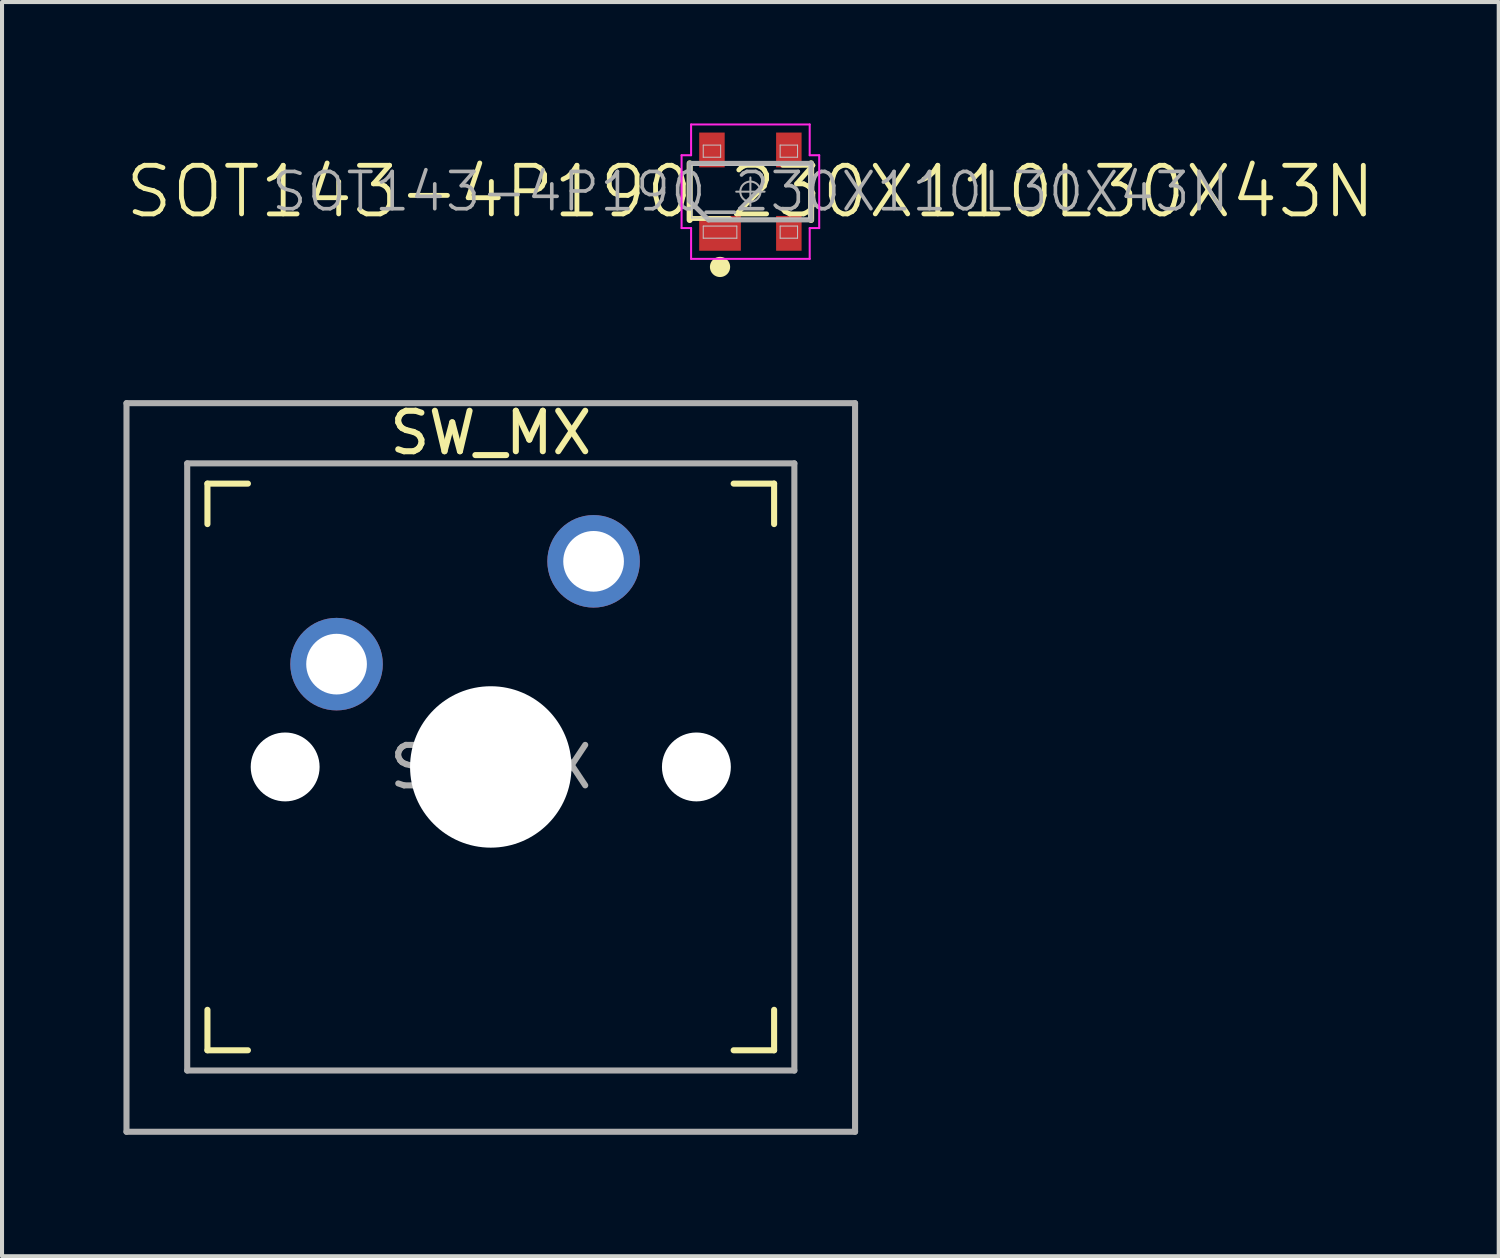
<source format=kicad_pcb>
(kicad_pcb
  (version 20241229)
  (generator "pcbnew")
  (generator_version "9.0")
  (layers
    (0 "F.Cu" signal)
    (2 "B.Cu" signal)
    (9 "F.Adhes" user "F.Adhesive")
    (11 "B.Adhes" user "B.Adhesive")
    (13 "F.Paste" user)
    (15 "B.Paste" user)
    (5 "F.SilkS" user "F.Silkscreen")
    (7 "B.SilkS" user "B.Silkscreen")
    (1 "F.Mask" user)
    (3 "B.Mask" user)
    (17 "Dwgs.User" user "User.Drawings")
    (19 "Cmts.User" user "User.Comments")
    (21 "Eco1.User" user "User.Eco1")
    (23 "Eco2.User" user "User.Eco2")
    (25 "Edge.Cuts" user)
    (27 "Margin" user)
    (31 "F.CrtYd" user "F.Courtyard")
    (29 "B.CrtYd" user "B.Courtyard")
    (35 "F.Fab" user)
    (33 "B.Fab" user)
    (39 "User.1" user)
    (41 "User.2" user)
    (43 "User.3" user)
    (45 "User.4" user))
  (footprint "SW_MX"
    (layer "F.Cu")
    (at 9.075 15.898)
    (property "Reference" "SW_MX" (at 0 -8.255 0) (layer "F.SilkS") (effects (font (size 1 1) (thickness 0.15))))
    (attr through_hole)
    (fp_line (start -7 -6) (end -7 -7) (stroke (width 0.15) (type solid)) (layer "F.SilkS"))
    (fp_line (start -7 7) (end -7 6) (stroke (width 0.15) (type solid)) (layer "F.SilkS"))
    (fp_line (start -7 7) (end -6 7) (stroke (width 0.15) (type solid)) (layer "F.SilkS"))
    (fp_line (start -6 -7) (end -7 -7) (stroke (width 0.15) (type solid)) (layer "F.SilkS"))
    (fp_line (start 6 7) (end 7 7) (stroke (width 0.15) (type solid)) (layer "F.SilkS"))
    (fp_line (start 7 -7) (end 6 -7) (stroke (width 0.15) (type solid)) (layer "F.SilkS"))
    (fp_line (start 7 -7) (end 7 -6) (stroke (width 0.15) (type solid)) (layer "F.SilkS"))
    (fp_line (start 7 6) (end 7 7) (stroke (width 0.15) (type solid)) (layer "F.SilkS"))
    (fp_line (start -6.9 6.9) (end -6.9 -6.9) (stroke (width 0.15) (type solid)) (layer "Eco2.User"))
    (fp_line (start -6.9 6.9) (end 6.9 6.9) (stroke (width 0.15) (type solid)) (layer "Eco2.User"))
    (fp_line (start 6.9 -6.9) (end -6.9 -6.9) (stroke (width 0.15) (type solid)) (layer "Eco2.User"))
    (fp_line (start 6.9 -6.9) (end 6.9 6.9) (stroke (width 0.15) (type solid)) (layer "Eco2.User"))
    (fp_line (start -9 -8.987) (end 9 -8.987) (stroke (width 0.15) (type solid)) (layer "F.Fab"))
    (fp_line (start -9 9.013) (end -9 -8.987) (stroke (width 0.15) (type solid)) (layer "F.Fab"))
    (fp_line (start -7.5 -7.5) (end 7.5 -7.5) (stroke (width 0.15) (type solid)) (layer "F.Fab"))
    (fp_line (start -7.5 7.5) (end -7.5 -7.5) (stroke (width 0.15) (type solid)) (layer "F.Fab"))
    (fp_line (start 7.5 -7.5) (end 7.5 7.5) (stroke (width 0.15) (type solid)) (layer "F.Fab"))
    (fp_line (start 7.5 7.5) (end -7.5 7.5) (stroke (width 0.15) (type solid)) (layer "F.Fab"))
    (fp_line (start 9 -8.987) (end 9 9.013) (stroke (width 0.15) (type solid)) (layer "F.Fab"))
    (fp_line (start 9 9.013) (end -9 9.013) (stroke (width 0.15) (type solid)) (layer "F.Fab"))
    (fp_text user "${REFERENCE}" (at 0 0 0) (layer "F.Fab") (effects (font (size 1 1) (thickness 0.15))))
    (pad "" np_thru_hole circle (at -5.08 0) (size 1.702 1.702) (drill 1.702) (layers "*.Cu" "*.Mask"))
    (pad "" np_thru_hole circle (at 0 0) (size 3.988 3.988) (drill 3.988) (layers "*.Cu" "*.Mask"))
    (pad "" np_thru_hole circle (at 5.08 0) (size 1.702 1.702) (drill 1.702) (layers "*.Cu" "*.Mask"))
    (pad "1" thru_hole circle (at 2.54 -5.08) (size 2.286 2.286) (drill 1.499) (layers "*.Cu" "*.Mask"))
    (pad "2" thru_hole circle (at -3.81 -2.54) (size 2.286 2.286) (drill 1.499) (layers "*.Cu" "*.Mask")))
  (footprint "SOT143-4P190_230X110L30X43N"
    (layer "F.Cu")
    (at 15.489 1.685)
    (property "Reference" "SOT143-4P190_230X110L30X43N" (at 0 0 0) (layer "F.SilkS") (effects (font (size 1.2 1.2) (thickness 0.12))))
    (attr smd)
    (fp_line (start -1.5 0.7) (end -1.5 -0.7) (stroke (width 0.15) (type solid)) (layer "F.SilkS"))
    (fp_line (start 1.5 0.7) (end 1.5 -0.7) (stroke (width 0.15) (type solid)) (layer "F.SilkS"))
    (fp_circle (center -0.75 1.86) (end -0.75 1.985) (stroke (width 0.25) (type solid)) (fill no) (layer "F.SilkS"))
    (fp_line (start -1.45 -0.65) (end 1.45 -0.65) (stroke (width 0.025) (type solid)) (layer "Dwgs.User"))
    (fp_line (start -1.45 0.65) (end -1.45 -0.65) (stroke (width 0.025) (type solid)) (layer "Dwgs.User"))
    (fp_line (start -1.165 -1.15) (end -0.735 -1.15) (stroke (width 0.025) (type solid)) (layer "Dwgs.User"))
    (fp_line (start -1.165 -0.85) (end -1.165 -1.15) (stroke (width 0.025) (type solid)) (layer "Dwgs.User"))
    (fp_line (start -1.165 0.85) (end -0.335 0.85) (stroke (width 0.025) (type solid)) (layer "Dwgs.User"))
    (fp_line (start -1.165 1.15) (end -1.165 0.85) (stroke (width 0.025) (type solid)) (layer "Dwgs.User"))
    (fp_line (start -0.735 -1.15) (end -0.735 -0.85) (stroke (width 0.025) (type solid)) (layer "Dwgs.User"))
    (fp_line (start -0.735 -0.85) (end -1.165 -0.85) (stroke (width 0.025) (type solid)) (layer "Dwgs.User"))
    (fp_line (start -0.335 0.85) (end -0.335 1.15) (stroke (width 0.025) (type solid)) (layer "Dwgs.User"))
    (fp_line (start -0.335 1.15) (end -1.165 1.15) (stroke (width 0.025) (type solid)) (layer "Dwgs.User"))
    (fp_line (start 0.735 -1.15) (end 1.165 -1.15) (stroke (width 0.025) (type solid)) (layer "Dwgs.User"))
    (fp_line (start 0.735 -0.85) (end 0.735 -1.15) (stroke (width 0.025) (type solid)) (layer "Dwgs.User"))
    (fp_line (start 0.735 0.85) (end 1.165 0.85) (stroke (width 0.025) (type solid)) (layer "Dwgs.User"))
    (fp_line (start 0.735 1.15) (end 0.735 0.85) (stroke (width 0.025) (type solid)) (layer "Dwgs.User"))
    (fp_line (start 1.165 -1.15) (end 1.165 -0.85) (stroke (width 0.025) (type solid)) (layer "Dwgs.User"))
    (fp_line (start 1.165 -0.85) (end 0.735 -0.85) (stroke (width 0.025) (type solid)) (layer "Dwgs.User"))
    (fp_line (start 1.165 0.85) (end 1.165 1.15) (stroke (width 0.025) (type solid)) (layer "Dwgs.User"))
    (fp_line (start 1.165 1.15) (end 0.735 1.15) (stroke (width 0.025) (type solid)) (layer "Dwgs.User"))
    (fp_line (start 1.45 -0.65) (end 1.45 0.65) (stroke (width 0.025) (type solid)) (layer "Dwgs.User"))
    (fp_line (start 1.45 0.65) (end -1.45 0.65) (stroke (width 0.025) (type solid)) (layer "Dwgs.User"))
    (fp_line (start -1.7 -0.9) (end -1.7 0.9) (stroke (width 0.05) (type solid)) (layer "F.CrtYd"))
    (fp_line (start -1.7 0.9) (end -1.465 0.9) (stroke (width 0.05) (type solid)) (layer "F.CrtYd"))
    (fp_line (start -1.465 -1.66) (end -1.465 -0.9) (stroke (width 0.05) (type solid)) (layer "F.CrtYd"))
    (fp_line (start -1.465 -0.9) (end -1.7 -0.9) (stroke (width 0.05) (type solid)) (layer "F.CrtYd"))
    (fp_line (start -1.465 0.9) (end -1.465 1.66) (stroke (width 0.05) (type solid)) (layer "F.CrtYd"))
    (fp_line (start -1.465 1.66) (end 1.465 1.66) (stroke (width 0.05) (type solid)) (layer "F.CrtYd"))
    (fp_line (start 1.465 -1.66) (end -1.465 -1.66) (stroke (width 0.05) (type solid)) (layer "F.CrtYd"))
    (fp_line (start 1.465 -0.9) (end 1.465 -1.66) (stroke (width 0.05) (type solid)) (layer "F.CrtYd"))
    (fp_line (start 1.465 0.9) (end 1.7 0.9) (stroke (width 0.05) (type solid)) (layer "F.CrtYd"))
    (fp_line (start 1.465 1.66) (end 1.465 0.9) (stroke (width 0.05) (type solid)) (layer "F.CrtYd"))
    (fp_line (start 1.7 -0.9) (end 1.465 -0.9) (stroke (width 0.05) (type solid)) (layer "F.CrtYd"))
    (fp_line (start 1.7 0.9) (end 1.7 -0.9) (stroke (width 0.05) (type solid)) (layer "F.CrtYd"))
    (fp_line (start -1.5 -0.7) (end 1.5 -0.7) (stroke (width 0.12) (type solid)) (layer "F.Fab"))
    (fp_line (start -1.5 0.233) (end -1.5 -0.7) (stroke (width 0.12) (type solid)) (layer "F.Fab"))
    (fp_line (start -1.033 0.7) (end -1.5 0.233) (stroke (width 0.12) (type solid)) (layer "F.Fab"))
    (fp_line (start -0.35 0) (end 0.35 0) (stroke (width 0.05) (type solid)) (layer "F.Fab"))
    (fp_line (start 0 -0.35) (end 0 0.35) (stroke (width 0.05) (type solid)) (layer "F.Fab"))
    (fp_line (start 1.5 -0.7) (end 1.5 0.7) (stroke (width 0.12) (type solid)) (layer "F.Fab"))
    (fp_line (start 1.5 0.7) (end -1.033 0.7) (stroke (width 0.12) (type solid)) (layer "F.Fab"))
    (fp_circle (center 0 0) (end 0.25 0) (stroke (width 0.05) (type solid)) (fill no) (layer "F.Fab"))
    (fp_text user "${REFERENCE}" (at 0 0 0) (layer "F.Fab") (effects (font (size 0.92 0.92) (thickness 0.09))))
    (pad "1" smd rect (at -0.75 1.03 90) (size 0.86 1.03) (layers "F.Cu" "F.Mask" "F.Paste"))
    (pad "2" smd rect (at 0.95 1.03 90) (size 0.86 0.63) (layers "F.Cu" "F.Mask" "F.Paste"))
    (pad "3" smd rect (at 0.95 -1.03 90) (size 0.86 0.63) (layers "F.Cu" "F.Mask" "F.Paste"))
    (pad "4" smd rect (at -0.95 -1.03 90) (size 0.86 0.63) (layers "F.Cu" "F.Mask" "F.Paste")))
  (gr_rect
    (start -3 -3)
    (end 33.977 27.986)
    (stroke (width 0.1) (type default))
    (fill no)
    (layer "Edge.Cuts")))
</source>
